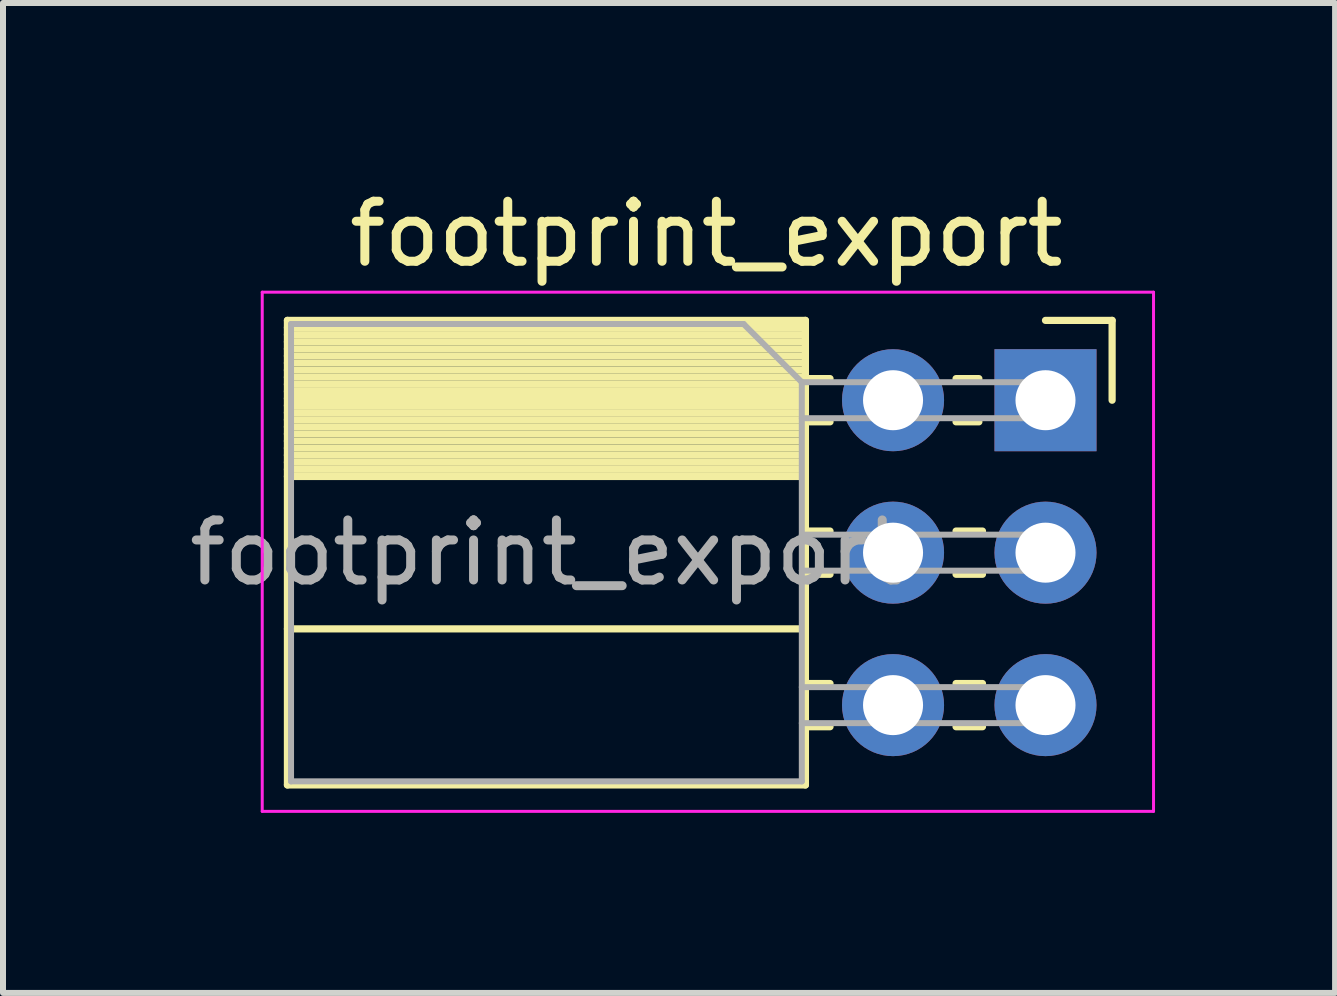
<source format=kicad_pcb>
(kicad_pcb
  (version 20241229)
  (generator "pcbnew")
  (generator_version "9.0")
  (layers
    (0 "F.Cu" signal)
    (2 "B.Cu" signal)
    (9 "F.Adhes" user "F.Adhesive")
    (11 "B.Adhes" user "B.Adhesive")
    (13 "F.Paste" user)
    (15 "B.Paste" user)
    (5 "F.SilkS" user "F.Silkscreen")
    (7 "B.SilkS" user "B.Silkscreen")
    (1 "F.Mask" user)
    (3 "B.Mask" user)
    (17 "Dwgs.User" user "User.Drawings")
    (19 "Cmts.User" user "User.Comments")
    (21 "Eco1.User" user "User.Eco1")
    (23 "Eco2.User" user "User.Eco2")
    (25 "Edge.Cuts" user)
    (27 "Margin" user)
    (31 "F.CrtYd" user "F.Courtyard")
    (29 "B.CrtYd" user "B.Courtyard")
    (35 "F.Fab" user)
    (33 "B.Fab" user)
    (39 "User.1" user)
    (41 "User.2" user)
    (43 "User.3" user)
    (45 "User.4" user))
  (footprint "footprint_export"
    (layer "F.Cu")
    (at 14.369 3.618)
    (property "Reference" "footprint_export" (at -5.65 -2.77 0) (layer "F.SilkS") (effects (font (size 1 1) (thickness 0.15))))
    (attr through_hole)
    (fp_line (start -12.63 -1.33) (end -12.63 6.41) (stroke (width 0.12) (type solid)) (layer "F.SilkS"))
    (fp_line (start -12.63 -1.33) (end -4 -1.33) (stroke (width 0.12) (type solid)) (layer "F.SilkS"))
    (fp_line (start -12.63 -1.21) (end -4 -1.21) (stroke (width 0.12) (type solid)) (layer "F.SilkS"))
    (fp_line (start -12.63 -1.092) (end -4 -1.092) (stroke (width 0.12) (type solid)) (layer "F.SilkS"))
    (fp_line (start -12.63 -0.974) (end -4 -0.974) (stroke (width 0.12) (type solid)) (layer "F.SilkS"))
    (fp_line (start -12.63 -0.856) (end -4 -0.856) (stroke (width 0.12) (type solid)) (layer "F.SilkS"))
    (fp_line (start -12.63 -0.738) (end -4 -0.738) (stroke (width 0.12) (type solid)) (layer "F.SilkS"))
    (fp_line (start -12.63 -0.62) (end -4 -0.62) (stroke (width 0.12) (type solid)) (layer "F.SilkS"))
    (fp_line (start -12.63 -0.501) (end -4 -0.501) (stroke (width 0.12) (type solid)) (layer "F.SilkS"))
    (fp_line (start -12.63 -0.383) (end -4 -0.383) (stroke (width 0.12) (type solid)) (layer "F.SilkS"))
    (fp_line (start -12.63 -0.265) (end -4 -0.265) (stroke (width 0.12) (type solid)) (layer "F.SilkS"))
    (fp_line (start -12.63 -0.147) (end -4 -0.147) (stroke (width 0.12) (type solid)) (layer "F.SilkS"))
    (fp_line (start -12.63 -0.029) (end -4 -0.029) (stroke (width 0.12) (type solid)) (layer "F.SilkS"))
    (fp_line (start -12.63 0.089) (end -4 0.089) (stroke (width 0.12) (type solid)) (layer "F.SilkS"))
    (fp_line (start -12.63 0.207) (end -4 0.207) (stroke (width 0.12) (type solid)) (layer "F.SilkS"))
    (fp_line (start -12.63 0.325) (end -4 0.325) (stroke (width 0.12) (type solid)) (layer "F.SilkS"))
    (fp_line (start -12.63 0.443) (end -4 0.443) (stroke (width 0.12) (type solid)) (layer "F.SilkS"))
    (fp_line (start -12.63 0.561) (end -4 0.561) (stroke (width 0.12) (type solid)) (layer "F.SilkS"))
    (fp_line (start -12.63 0.68) (end -4 0.68) (stroke (width 0.12) (type solid)) (layer "F.SilkS"))
    (fp_line (start -12.63 0.798) (end -4 0.798) (stroke (width 0.12) (type solid)) (layer "F.SilkS"))
    (fp_line (start -12.63 0.916) (end -4 0.916) (stroke (width 0.12) (type solid)) (layer "F.SilkS"))
    (fp_line (start -12.63 1.034) (end -4 1.034) (stroke (width 0.12) (type solid)) (layer "F.SilkS"))
    (fp_line (start -12.63 1.152) (end -4 1.152) (stroke (width 0.12) (type solid)) (layer "F.SilkS"))
    (fp_line (start -12.63 1.27) (end -4 1.27) (stroke (width 0.12) (type solid)) (layer "F.SilkS"))
    (fp_line (start -12.63 3.81) (end -4 3.81) (stroke (width 0.12) (type solid)) (layer "F.SilkS"))
    (fp_line (start -12.63 6.41) (end -4 6.41) (stroke (width 0.12) (type solid)) (layer "F.SilkS"))
    (fp_line (start -4 -1.33) (end -4 6.41) (stroke (width 0.12) (type solid)) (layer "F.SilkS"))
    (fp_line (start -4 -0.36) (end -3.59 -0.36) (stroke (width 0.12) (type solid)) (layer "F.SilkS"))
    (fp_line (start -4 0.36) (end -3.59 0.36) (stroke (width 0.12) (type solid)) (layer "F.SilkS"))
    (fp_line (start -4 2.18) (end -3.59 2.18) (stroke (width 0.12) (type solid)) (layer "F.SilkS"))
    (fp_line (start -4 2.9) (end -3.59 2.9) (stroke (width 0.12) (type solid)) (layer "F.SilkS"))
    (fp_line (start -4 4.72) (end -3.59 4.72) (stroke (width 0.12) (type solid)) (layer "F.SilkS"))
    (fp_line (start -4 5.44) (end -3.59 5.44) (stroke (width 0.12) (type solid)) (layer "F.SilkS"))
    (fp_line (start -1.49 -0.36) (end -1.11 -0.36) (stroke (width 0.12) (type solid)) (layer "F.SilkS"))
    (fp_line (start -1.49 0.36) (end -1.11 0.36) (stroke (width 0.12) (type solid)) (layer "F.SilkS"))
    (fp_line (start -1.49 2.18) (end -1.05 2.18) (stroke (width 0.12) (type solid)) (layer "F.SilkS"))
    (fp_line (start -1.49 2.9) (end -1.05 2.9) (stroke (width 0.12) (type solid)) (layer "F.SilkS"))
    (fp_line (start -1.49 4.72) (end -1.05 4.72) (stroke (width 0.12) (type solid)) (layer "F.SilkS"))
    (fp_line (start -1.49 5.44) (end -1.05 5.44) (stroke (width 0.12) (type solid)) (layer "F.SilkS"))
    (fp_line (start 0 -1.33) (end 1.11 -1.33) (stroke (width 0.12) (type solid)) (layer "F.SilkS"))
    (fp_line (start 1.11 -1.33) (end 1.11 0) (stroke (width 0.12) (type solid)) (layer "F.SilkS"))
    (fp_line (start -13.05 -1.8) (end -13.05 6.85) (stroke (width 0.05) (type solid)) (layer "F.CrtYd"))
    (fp_line (start -13.05 6.85) (end 1.8 6.85) (stroke (width 0.05) (type solid)) (layer "F.CrtYd"))
    (fp_line (start 1.8 -1.8) (end -13.05 -1.8) (stroke (width 0.05) (type solid)) (layer "F.CrtYd"))
    (fp_line (start 1.8 6.85) (end 1.8 -1.8) (stroke (width 0.05) (type solid)) (layer "F.CrtYd"))
    (fp_line (start -12.57 -1.27) (end -5.03 -1.27) (stroke (width 0.1) (type solid)) (layer "F.Fab"))
    (fp_line (start -12.57 6.35) (end -12.57 -1.27) (stroke (width 0.1) (type solid)) (layer "F.Fab"))
    (fp_line (start -5.03 -1.27) (end -4.06 -0.3) (stroke (width 0.1) (type solid)) (layer "F.Fab"))
    (fp_line (start -4.06 -0.3) (end -4.06 6.35) (stroke (width 0.1) (type solid)) (layer "F.Fab"))
    (fp_line (start -4.06 0.3) (end 0 0.3) (stroke (width 0.1) (type solid)) (layer "F.Fab"))
    (fp_line (start -4.06 2.84) (end 0 2.84) (stroke (width 0.1) (type solid)) (layer "F.Fab"))
    (fp_line (start -4.06 5.38) (end 0 5.38) (stroke (width 0.1) (type solid)) (layer "F.Fab"))
    (fp_line (start -4.06 6.35) (end -12.57 6.35) (stroke (width 0.1) (type solid)) (layer "F.Fab"))
    (fp_line (start 0 -0.3) (end -4.06 -0.3) (stroke (width 0.1) (type solid)) (layer "F.Fab"))
    (fp_line (start 0 0.3) (end 0 -0.3) (stroke (width 0.1) (type solid)) (layer "F.Fab"))
    (fp_line (start 0 2.24) (end -4.06 2.24) (stroke (width 0.1) (type solid)) (layer "F.Fab"))
    (fp_line (start 0 2.84) (end 0 2.24) (stroke (width 0.1) (type solid)) (layer "F.Fab"))
    (fp_line (start 0 4.78) (end -4.06 4.78) (stroke (width 0.1) (type solid)) (layer "F.Fab"))
    (fp_line (start 0 5.38) (end 0 4.78) (stroke (width 0.1) (type solid)) (layer "F.Fab"))
    (fp_text user "${REFERENCE}" (at -8.315 2.54 0) (layer "F.Fab") (effects (font (size 1 1) (thickness 0.15))))
    (pad "1" thru_hole rect (at 0 0) (size 1.7 1.7) (drill 1) (layers "*.Cu" "*.Mask"))
    (pad "2" thru_hole oval (at -2.54 0) (size 1.7 1.7) (drill 1) (layers "*.Cu" "*.Mask"))
    (pad "3" thru_hole oval (at 0 2.54) (size 1.7 1.7) (drill 1) (layers "*.Cu" "*.Mask"))
    (pad "4" thru_hole oval (at -2.54 2.54) (size 1.7 1.7) (drill 1) (layers "*.Cu" "*.Mask"))
    (pad "5" thru_hole oval (at 0 5.08) (size 1.7 1.7) (drill 1) (layers "*.Cu" "*.Mask"))
    (pad "6" thru_hole oval (at -2.54 5.08) (size 1.7 1.7) (drill 1) (layers "*.Cu" "*.Mask")))
  (gr_rect
    (start -3 -3)
    (end 19.194 13.493)
    (stroke (width 0.1) (type default))
    (fill no)
    (layer "Edge.Cuts")))
</source>
